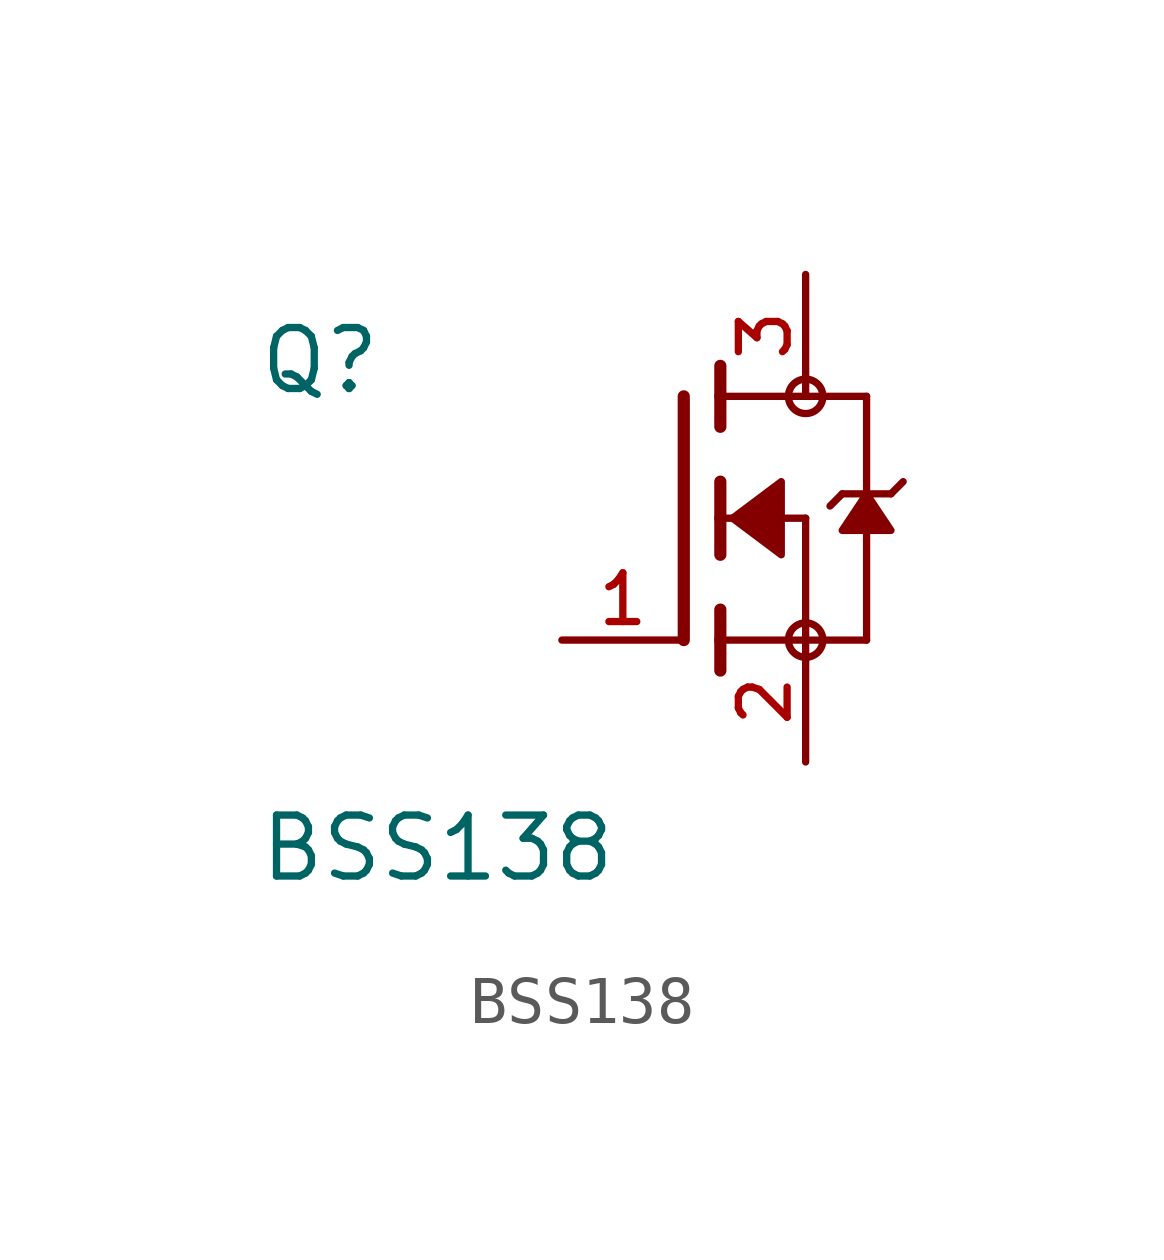
<source format=kicad_sym>
(kicad_symbol_lib
  (version 20211014)
  (generator kicad_symbol_editor)
  (symbol "BSS138"
    (pin_names
      (offset 1.016))
    (property "Reference" "Q"
      (at -8.89 2.54 0)
      (effects (font (size 1.27 1.27)) (justify bottom left)))
    (property "Value" "BSS138"
      (at -8.89 -7.62 0)
      (effects (font (size 1.27 1.27)) (justify bottom left)))
    (symbol "BSS138_0_0"
      (polyline (pts (xy 0.762 0.762) (xy 0.762 0.0)) (stroke (width 0.254)))
      (polyline (pts (xy 0.762 0.0) (xy 0.762 -0.762)) (stroke (width 0.254)))
      (polyline (pts (xy 0.762 3.175) (xy 0.762 2.54)) (stroke (width 0.254)))
      (polyline (pts (xy 0.762 2.54) (xy 0.762 1.905)) (stroke (width 0.254)))
      (polyline (pts (xy 0.762 0.0) (xy 2.54 0.0)) (stroke (width 0.152)))
      (polyline (pts (xy 2.54 0.0) (xy 2.54 -2.54)) (stroke (width 0.152)))
      (polyline (pts (xy 0.762 -1.905) (xy 0.762 -2.54)) (stroke (width 0.254)))
      (polyline (pts (xy 0.762 -2.54) (xy 0.762 -3.175)) (stroke (width 0.254)))
      (polyline (pts (xy 0.0 2.54) (xy 0.0 -2.54)) (stroke (width 0.254)))
      (polyline (pts (xy 2.54 -2.54) (xy 0.762 -2.54)) (stroke (width 0.152)))
      (polyline (pts (xy 3.81 2.54) (xy 3.81 0.508)) (stroke (width 0.152)))
      (polyline (pts (xy 3.81 0.508) (xy 3.81 -2.54)) (stroke (width 0.152)))
      (polyline (pts (xy 2.54 -2.54) (xy 3.81 -2.54)) (stroke (width 0.152)))
      (polyline (pts (xy 0.762 2.54) (xy 3.81 2.54)) (stroke (width 0.152)))
      (polyline (pts (xy 4.572 0.762) (xy 4.318 0.508)) (stroke (width 0.152)))
      (polyline (pts (xy 4.318 0.508) (xy 3.81 0.508)) (stroke (width 0.152)))
      (polyline (pts (xy 3.81 0.508) (xy 3.302 0.508)) (stroke (width 0.152)))
      (polyline (pts (xy 3.302 0.508) (xy 3.048 0.254)) (stroke (width 0.152)))
      (circle (center 2.54 -2.54) (radius 0.359) (stroke (width 0.0)) (fill (type none)))
      (circle (center 2.54 2.54) (radius 0.359) (stroke (width 0.0)) (fill (type none)))
      (polyline (pts (xy 3.81 0.508) (xy 3.302 -0.254) (xy 4.318 -0.254) (xy 3.81 0.508)) (stroke (width 0.152)) (fill (type outline)))
      (polyline (pts (xy 1.016 0.0) (xy 2.032 0.762) (xy 2.032 -0.762) (xy 1.016 0.0)) (stroke (width 0.152)) (fill (type outline)))
      (pin passive line (at 2.54 -5.08 90.0) (length 2.54) (name "~" (effects (font (size 1.016 1.016)))) (number "2" (effects (font (size 1.016 1.016)))))
      (pin passive line (at -2.54 -2.54 0) (length 2.54) (name "~" (effects (font (size 1.016 1.016)))) (number "1" (effects (font (size 1.016 1.016)))))
      (pin passive line (at 2.54 5.08 270.0) (length 2.54) (name "~" (effects (font (size 1.016 1.016)))) (number "3" (effects (font (size 1.016 1.016))))))))
</source>
